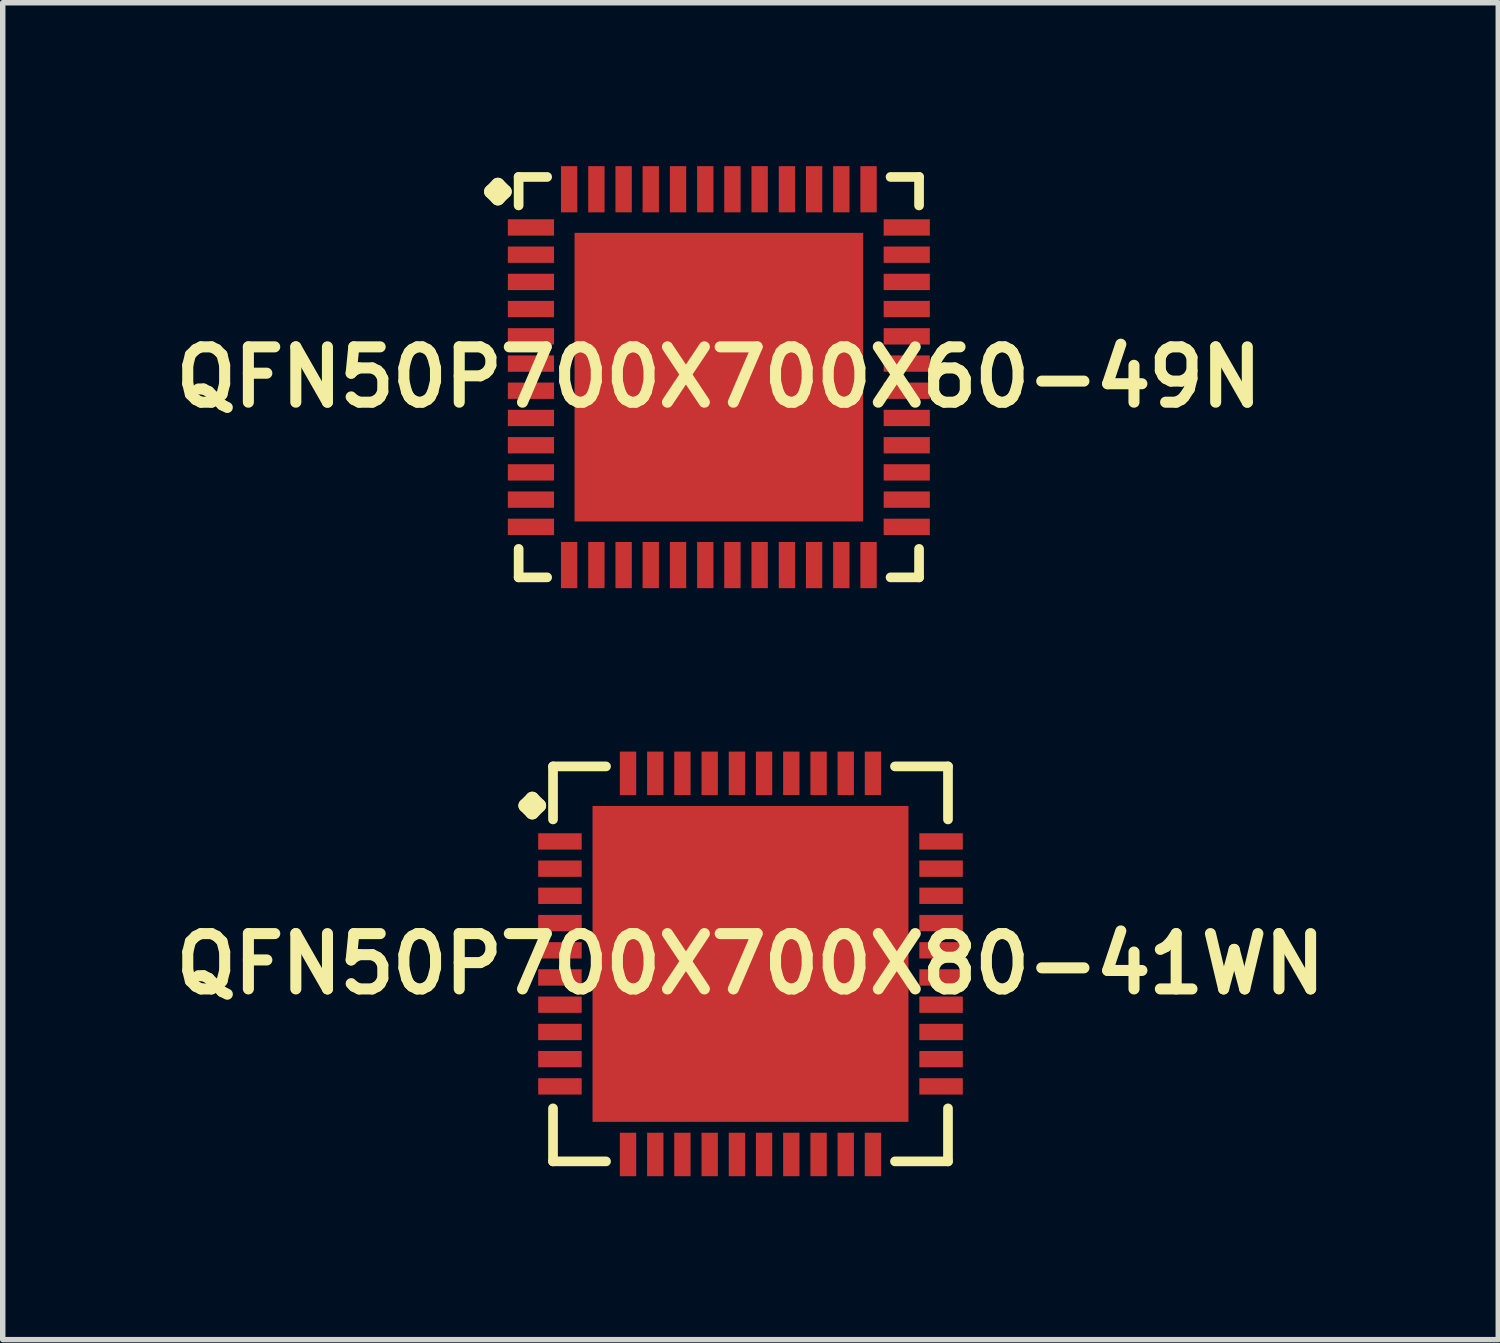
<source format=kicad_pcb>
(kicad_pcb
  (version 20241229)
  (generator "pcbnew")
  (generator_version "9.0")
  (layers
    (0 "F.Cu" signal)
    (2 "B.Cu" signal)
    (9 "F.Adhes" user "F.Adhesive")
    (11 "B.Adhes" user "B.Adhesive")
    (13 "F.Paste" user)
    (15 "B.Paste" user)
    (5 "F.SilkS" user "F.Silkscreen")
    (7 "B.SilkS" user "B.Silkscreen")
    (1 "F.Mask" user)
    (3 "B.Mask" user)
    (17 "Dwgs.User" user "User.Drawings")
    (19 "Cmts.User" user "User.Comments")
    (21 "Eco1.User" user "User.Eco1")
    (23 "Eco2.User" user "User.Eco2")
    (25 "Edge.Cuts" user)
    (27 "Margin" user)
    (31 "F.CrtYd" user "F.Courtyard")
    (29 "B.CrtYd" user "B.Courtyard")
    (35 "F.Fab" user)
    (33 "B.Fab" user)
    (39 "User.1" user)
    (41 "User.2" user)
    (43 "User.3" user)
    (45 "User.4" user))
  (footprint "QFN50P700X700X60-49N"
    (layer "F.Cu")
    (at 10.145 3.873)
    (property "Reference" "QFN50P700X700X60-49N" (at 0 0 0) (layer "F.SilkS") (effects (font (size 1.016 1.016) (thickness 0.203))))
    (attr smd)
    (fp_line (start -4.183 -3.406) (end -4.056 -3.533) (stroke (width 0.254) (type solid)) (layer "F.SilkS"))
    (fp_line (start -4.056 -3.533) (end -3.929 -3.406) (stroke (width 0.254) (type solid)) (layer "F.SilkS"))
    (fp_line (start -4.056 -3.279) (end -4.183 -3.406) (stroke (width 0.254) (type solid)) (layer "F.SilkS"))
    (fp_line (start -3.929 -3.406) (end -4.056 -3.279) (stroke (width 0.254) (type solid)) (layer "F.SilkS"))
    (fp_line (start -3.675 -3.675) (end -3.152 -3.675) (stroke (width 0.178) (type solid)) (layer "F.SilkS"))
    (fp_line (start -3.675 -3.152) (end -3.675 -3.675) (stroke (width 0.178) (type solid)) (layer "F.SilkS"))
    (fp_line (start -3.675 3.152) (end -3.675 3.675) (stroke (width 0.178) (type solid)) (layer "F.SilkS"))
    (fp_line (start -3.675 3.675) (end -3.152 3.675) (stroke (width 0.178) (type solid)) (layer "F.SilkS"))
    (fp_line (start 3.152 -3.675) (end 3.675 -3.675) (stroke (width 0.178) (type solid)) (layer "F.SilkS"))
    (fp_line (start 3.152 3.675) (end 3.675 3.675) (stroke (width 0.178) (type solid)) (layer "F.SilkS"))
    (fp_line (start 3.675 -3.675) (end 3.675 -3.152) (stroke (width 0.178) (type solid)) (layer "F.SilkS"))
    (fp_line (start 3.675 3.675) (end 3.675 3.152) (stroke (width 0.178) (type solid)) (layer "F.SilkS"))
    (pad "1" smd rect (at -3.449 -2.748) (size 0.848 0.3) (layers "F.Cu" "F.Mask" "F.Paste"))
    (pad "2" smd rect (at -3.449 -2.248) (size 0.848 0.3) (layers "F.Cu" "F.Mask" "F.Paste"))
    (pad "3" smd rect (at -3.449 -1.748) (size 0.848 0.3) (layers "F.Cu" "F.Mask" "F.Paste"))
    (pad "4" smd rect (at -3.449 -1.25) (size 0.848 0.3) (layers "F.Cu" "F.Mask" "F.Paste"))
    (pad "5" smd rect (at -3.449 -0.749) (size 0.848 0.3) (layers "F.Cu" "F.Mask" "F.Paste"))
    (pad "6" smd rect (at -3.449 -0.249) (size 0.848 0.3) (layers "F.Cu" "F.Mask" "F.Paste"))
    (pad "7" smd rect (at -3.449 0.249) (size 0.848 0.3) (layers "F.Cu" "F.Mask" "F.Paste"))
    (pad "8" smd rect (at -3.449 0.749) (size 0.848 0.3) (layers "F.Cu" "F.Mask" "F.Paste"))
    (pad "9" smd rect (at -3.449 1.25) (size 0.848 0.3) (layers "F.Cu" "F.Mask" "F.Paste"))
    (pad "10" smd rect (at -3.449 1.748) (size 0.848 0.3) (layers "F.Cu" "F.Mask" "F.Paste"))
    (pad "11" smd rect (at -3.449 2.248) (size 0.848 0.3) (layers "F.Cu" "F.Mask" "F.Paste"))
    (pad "12" smd rect (at -3.449 2.748) (size 0.848 0.3) (layers "F.Cu" "F.Mask" "F.Paste"))
    (pad "13" smd rect (at -2.748 3.449) (size 0.3 0.848) (layers "F.Cu" "F.Mask" "F.Paste"))
    (pad "14" smd rect (at -2.248 3.449) (size 0.3 0.848) (layers "F.Cu" "F.Mask" "F.Paste"))
    (pad "15" smd rect (at -1.748 3.449) (size 0.3 0.848) (layers "F.Cu" "F.Mask" "F.Paste"))
    (pad "16" smd rect (at -1.25 3.449) (size 0.3 0.848) (layers "F.Cu" "F.Mask" "F.Paste"))
    (pad "17" smd rect (at -0.749 3.449) (size 0.3 0.848) (layers "F.Cu" "F.Mask" "F.Paste"))
    (pad "18" smd rect (at -0.249 3.449) (size 0.3 0.848) (layers "F.Cu" "F.Mask" "F.Paste"))
    (pad "19" smd rect (at 0.249 3.449) (size 0.3 0.848) (layers "F.Cu" "F.Mask" "F.Paste"))
    (pad "20" smd rect (at 0.749 3.449) (size 0.3 0.848) (layers "F.Cu" "F.Mask" "F.Paste"))
    (pad "21" smd rect (at 1.25 3.449) (size 0.3 0.848) (layers "F.Cu" "F.Mask" "F.Paste"))
    (pad "22" smd rect (at 1.748 3.449) (size 0.3 0.848) (layers "F.Cu" "F.Mask" "F.Paste"))
    (pad "23" smd rect (at 2.248 3.449) (size 0.3 0.848) (layers "F.Cu" "F.Mask" "F.Paste"))
    (pad "24" smd rect (at 2.748 3.449) (size 0.3 0.848) (layers "F.Cu" "F.Mask" "F.Paste"))
    (pad "25" smd rect (at 3.449 2.748) (size 0.848 0.3) (layers "F.Cu" "F.Mask" "F.Paste"))
    (pad "26" smd rect (at 3.449 2.248) (size 0.848 0.3) (layers "F.Cu" "F.Mask" "F.Paste"))
    (pad "27" smd rect (at 3.449 1.748) (size 0.848 0.3) (layers "F.Cu" "F.Mask" "F.Paste"))
    (pad "28" smd rect (at 3.449 1.25) (size 0.848 0.3) (layers "F.Cu" "F.Mask" "F.Paste"))
    (pad "29" smd rect (at 3.449 0.749) (size 0.848 0.3) (layers "F.Cu" "F.Mask" "F.Paste"))
    (pad "30" smd rect (at 3.449 0.249) (size 0.848 0.3) (layers "F.Cu" "F.Mask" "F.Paste"))
    (pad "31" smd rect (at 3.449 -0.249) (size 0.848 0.3) (layers "F.Cu" "F.Mask" "F.Paste"))
    (pad "32" smd rect (at 3.449 -0.749) (size 0.848 0.3) (layers "F.Cu" "F.Mask" "F.Paste"))
    (pad "33" smd rect (at 3.449 -1.25) (size 0.848 0.3) (layers "F.Cu" "F.Mask" "F.Paste"))
    (pad "34" smd rect (at 3.449 -1.748) (size 0.848 0.3) (layers "F.Cu" "F.Mask" "F.Paste"))
    (pad "35" smd rect (at 3.449 -2.248) (size 0.848 0.3) (layers "F.Cu" "F.Mask" "F.Paste"))
    (pad "36" smd rect (at 3.449 -2.748) (size 0.848 0.3) (layers "F.Cu" "F.Mask" "F.Paste"))
    (pad "37" smd rect (at 2.748 -3.449) (size 0.3 0.848) (layers "F.Cu" "F.Mask" "F.Paste"))
    (pad "38" smd rect (at 2.248 -3.449) (size 0.3 0.848) (layers "F.Cu" "F.Mask" "F.Paste"))
    (pad "39" smd rect (at 1.748 -3.449) (size 0.3 0.848) (layers "F.Cu" "F.Mask" "F.Paste"))
    (pad "40" smd rect (at 1.25 -3.449) (size 0.3 0.848) (layers "F.Cu" "F.Mask" "F.Paste"))
    (pad "41" smd rect (at 0.749 -3.449) (size 0.3 0.848) (layers "F.Cu" "F.Mask" "F.Paste"))
    (pad "42" smd rect (at 0.249 -3.449) (size 0.3 0.848) (layers "F.Cu" "F.Mask" "F.Paste"))
    (pad "43" smd rect (at -0.249 -3.449) (size 0.3 0.848) (layers "F.Cu" "F.Mask" "F.Paste"))
    (pad "44" smd rect (at -0.749 -3.449) (size 0.3 0.848) (layers "F.Cu" "F.Mask" "F.Paste"))
    (pad "45" smd rect (at -1.25 -3.449) (size 0.3 0.848) (layers "F.Cu" "F.Mask" "F.Paste"))
    (pad "46" smd rect (at -1.748 -3.449) (size 0.3 0.848) (layers "F.Cu" "F.Mask" "F.Paste"))
    (pad "47" smd rect (at -2.248 -3.449) (size 0.3 0.848) (layers "F.Cu" "F.Mask" "F.Paste"))
    (pad "48" smd rect (at -2.748 -3.449) (size 0.3 0.848) (layers "F.Cu" "F.Mask" "F.Paste"))
    (pad "49" smd rect (at 0 0) (size 5.298 5.298) (layers "F.Cu" "F.Mask" "F.Paste")))
  (footprint "QFN50P700X700X80-41WN"
    (layer "F.Cu")
    (at 10.726 14.643)
    (property "Reference" "QFN50P700X700X80-41WN" (at 0 0 0) (layer "F.SilkS") (effects (font (size 1.016 1.016) (thickness 0.203))))
    (attr smd)
    (fp_line (start -4.133 -2.906) (end -4.006 -3.033) (stroke (width 0.254) (type solid)) (layer "F.SilkS"))
    (fp_line (start -4.006 -3.033) (end -3.879 -2.906) (stroke (width 0.254) (type solid)) (layer "F.SilkS"))
    (fp_line (start -4.006 -2.779) (end -4.133 -2.906) (stroke (width 0.254) (type solid)) (layer "F.SilkS"))
    (fp_line (start -3.879 -2.906) (end -4.006 -2.779) (stroke (width 0.254) (type solid)) (layer "F.SilkS"))
    (fp_line (start -3.625 -3.625) (end -2.652 -3.625) (stroke (width 0.178) (type solid)) (layer "F.SilkS"))
    (fp_line (start -3.625 -2.652) (end -3.625 -3.625) (stroke (width 0.178) (type solid)) (layer "F.SilkS"))
    (fp_line (start -3.625 2.652) (end -3.625 3.625) (stroke (width 0.178) (type solid)) (layer "F.SilkS"))
    (fp_line (start -3.625 3.625) (end -2.652 3.625) (stroke (width 0.178) (type solid)) (layer "F.SilkS"))
    (fp_line (start 2.652 -3.625) (end 3.625 -3.625) (stroke (width 0.178) (type solid)) (layer "F.SilkS"))
    (fp_line (start 2.652 3.625) (end 3.625 3.625) (stroke (width 0.178) (type solid)) (layer "F.SilkS"))
    (fp_line (start 3.625 -3.625) (end 3.625 -2.652) (stroke (width 0.178) (type solid)) (layer "F.SilkS"))
    (fp_line (start 3.625 3.625) (end 3.625 2.652) (stroke (width 0.178) (type solid)) (layer "F.SilkS"))
    (pad "1" smd rect (at -3.498 -2.248) (size 0.798 0.3) (layers "F.Cu" "F.Mask" "F.Paste"))
    (pad "2" smd rect (at -3.498 -1.748) (size 0.798 0.3) (layers "F.Cu" "F.Mask" "F.Paste"))
    (pad "3" smd rect (at -3.498 -1.25) (size 0.798 0.3) (layers "F.Cu" "F.Mask" "F.Paste"))
    (pad "4" smd rect (at -3.498 -0.749) (size 0.798 0.3) (layers "F.Cu" "F.Mask" "F.Paste"))
    (pad "5" smd rect (at -3.498 -0.249) (size 0.798 0.3) (layers "F.Cu" "F.Mask" "F.Paste"))
    (pad "6" smd rect (at -3.498 0.249) (size 0.798 0.3) (layers "F.Cu" "F.Mask" "F.Paste"))
    (pad "7" smd rect (at -3.498 0.749) (size 0.798 0.3) (layers "F.Cu" "F.Mask" "F.Paste"))
    (pad "8" smd rect (at -3.498 1.25) (size 0.798 0.3) (layers "F.Cu" "F.Mask" "F.Paste"))
    (pad "9" smd rect (at -3.498 1.748) (size 0.798 0.3) (layers "F.Cu" "F.Mask" "F.Paste"))
    (pad "10" smd rect (at -3.498 2.248) (size 0.798 0.3) (layers "F.Cu" "F.Mask" "F.Paste"))
    (pad "11" smd rect (at -2.248 3.498) (size 0.3 0.798) (layers "F.Cu" "F.Mask" "F.Paste"))
    (pad "12" smd rect (at -1.748 3.498) (size 0.3 0.798) (layers "F.Cu" "F.Mask" "F.Paste"))
    (pad "13" smd rect (at -1.25 3.498) (size 0.3 0.798) (layers "F.Cu" "F.Mask" "F.Paste"))
    (pad "14" smd rect (at -0.749 3.498) (size 0.3 0.798) (layers "F.Cu" "F.Mask" "F.Paste"))
    (pad "15" smd rect (at -0.249 3.498) (size 0.3 0.798) (layers "F.Cu" "F.Mask" "F.Paste"))
    (pad "16" smd rect (at 0.249 3.498) (size 0.3 0.798) (layers "F.Cu" "F.Mask" "F.Paste"))
    (pad "17" smd rect (at 0.749 3.498) (size 0.3 0.798) (layers "F.Cu" "F.Mask" "F.Paste"))
    (pad "18" smd rect (at 1.25 3.498) (size 0.3 0.798) (layers "F.Cu" "F.Mask" "F.Paste"))
    (pad "19" smd rect (at 1.748 3.498) (size 0.3 0.798) (layers "F.Cu" "F.Mask" "F.Paste"))
    (pad "20" smd rect (at 2.248 3.498) (size 0.3 0.798) (layers "F.Cu" "F.Mask" "F.Paste"))
    (pad "21" smd rect (at 3.498 2.248) (size 0.798 0.3) (layers "F.Cu" "F.Mask" "F.Paste"))
    (pad "22" smd rect (at 3.498 1.748) (size 0.798 0.3) (layers "F.Cu" "F.Mask" "F.Paste"))
    (pad "23" smd rect (at 3.498 1.25) (size 0.798 0.3) (layers "F.Cu" "F.Mask" "F.Paste"))
    (pad "24" smd rect (at 3.498 0.749) (size 0.798 0.3) (layers "F.Cu" "F.Mask" "F.Paste"))
    (pad "25" smd rect (at 3.498 0.249) (size 0.798 0.3) (layers "F.Cu" "F.Mask" "F.Paste"))
    (pad "26" smd rect (at 3.498 -0.249) (size 0.798 0.3) (layers "F.Cu" "F.Mask" "F.Paste"))
    (pad "27" smd rect (at 3.498 -0.749) (size 0.798 0.3) (layers "F.Cu" "F.Mask" "F.Paste"))
    (pad "28" smd rect (at 3.498 -1.25) (size 0.798 0.3) (layers "F.Cu" "F.Mask" "F.Paste"))
    (pad "29" smd rect (at 3.498 -1.748) (size 0.798 0.3) (layers "F.Cu" "F.Mask" "F.Paste"))
    (pad "30" smd rect (at 3.498 -2.248) (size 0.798 0.3) (layers "F.Cu" "F.Mask" "F.Paste"))
    (pad "31" smd rect (at 2.248 -3.498) (size 0.3 0.798) (layers "F.Cu" "F.Mask" "F.Paste"))
    (pad "32" smd rect (at 1.748 -3.498) (size 0.3 0.798) (layers "F.Cu" "F.Mask" "F.Paste"))
    (pad "33" smd rect (at 1.25 -3.498) (size 0.3 0.798) (layers "F.Cu" "F.Mask" "F.Paste"))
    (pad "34" smd rect (at 0.749 -3.498) (size 0.3 0.798) (layers "F.Cu" "F.Mask" "F.Paste"))
    (pad "35" smd rect (at 0.249 -3.498) (size 0.3 0.798) (layers "F.Cu" "F.Mask" "F.Paste"))
    (pad "36" smd rect (at -0.249 -3.498) (size 0.3 0.798) (layers "F.Cu" "F.Mask" "F.Paste"))
    (pad "37" smd rect (at -0.749 -3.498) (size 0.3 0.798) (layers "F.Cu" "F.Mask" "F.Paste"))
    (pad "38" smd rect (at -1.25 -3.498) (size 0.3 0.798) (layers "F.Cu" "F.Mask" "F.Paste"))
    (pad "39" smd rect (at -1.748 -3.498) (size 0.3 0.798) (layers "F.Cu" "F.Mask" "F.Paste"))
    (pad "40" smd rect (at -2.248 -3.498) (size 0.3 0.798) (layers "F.Cu" "F.Mask" "F.Paste"))
    (pad "41" smd rect (at 0 0) (size 5.799 5.799) (layers "F.Cu" "F.Mask" "F.Paste")))
  (gr_rect
    (start -3 -3)
    (end 24.452 21.54)
    (stroke (width 0.1) (type default))
    (fill no)
    (layer "Edge.Cuts")))
</source>
